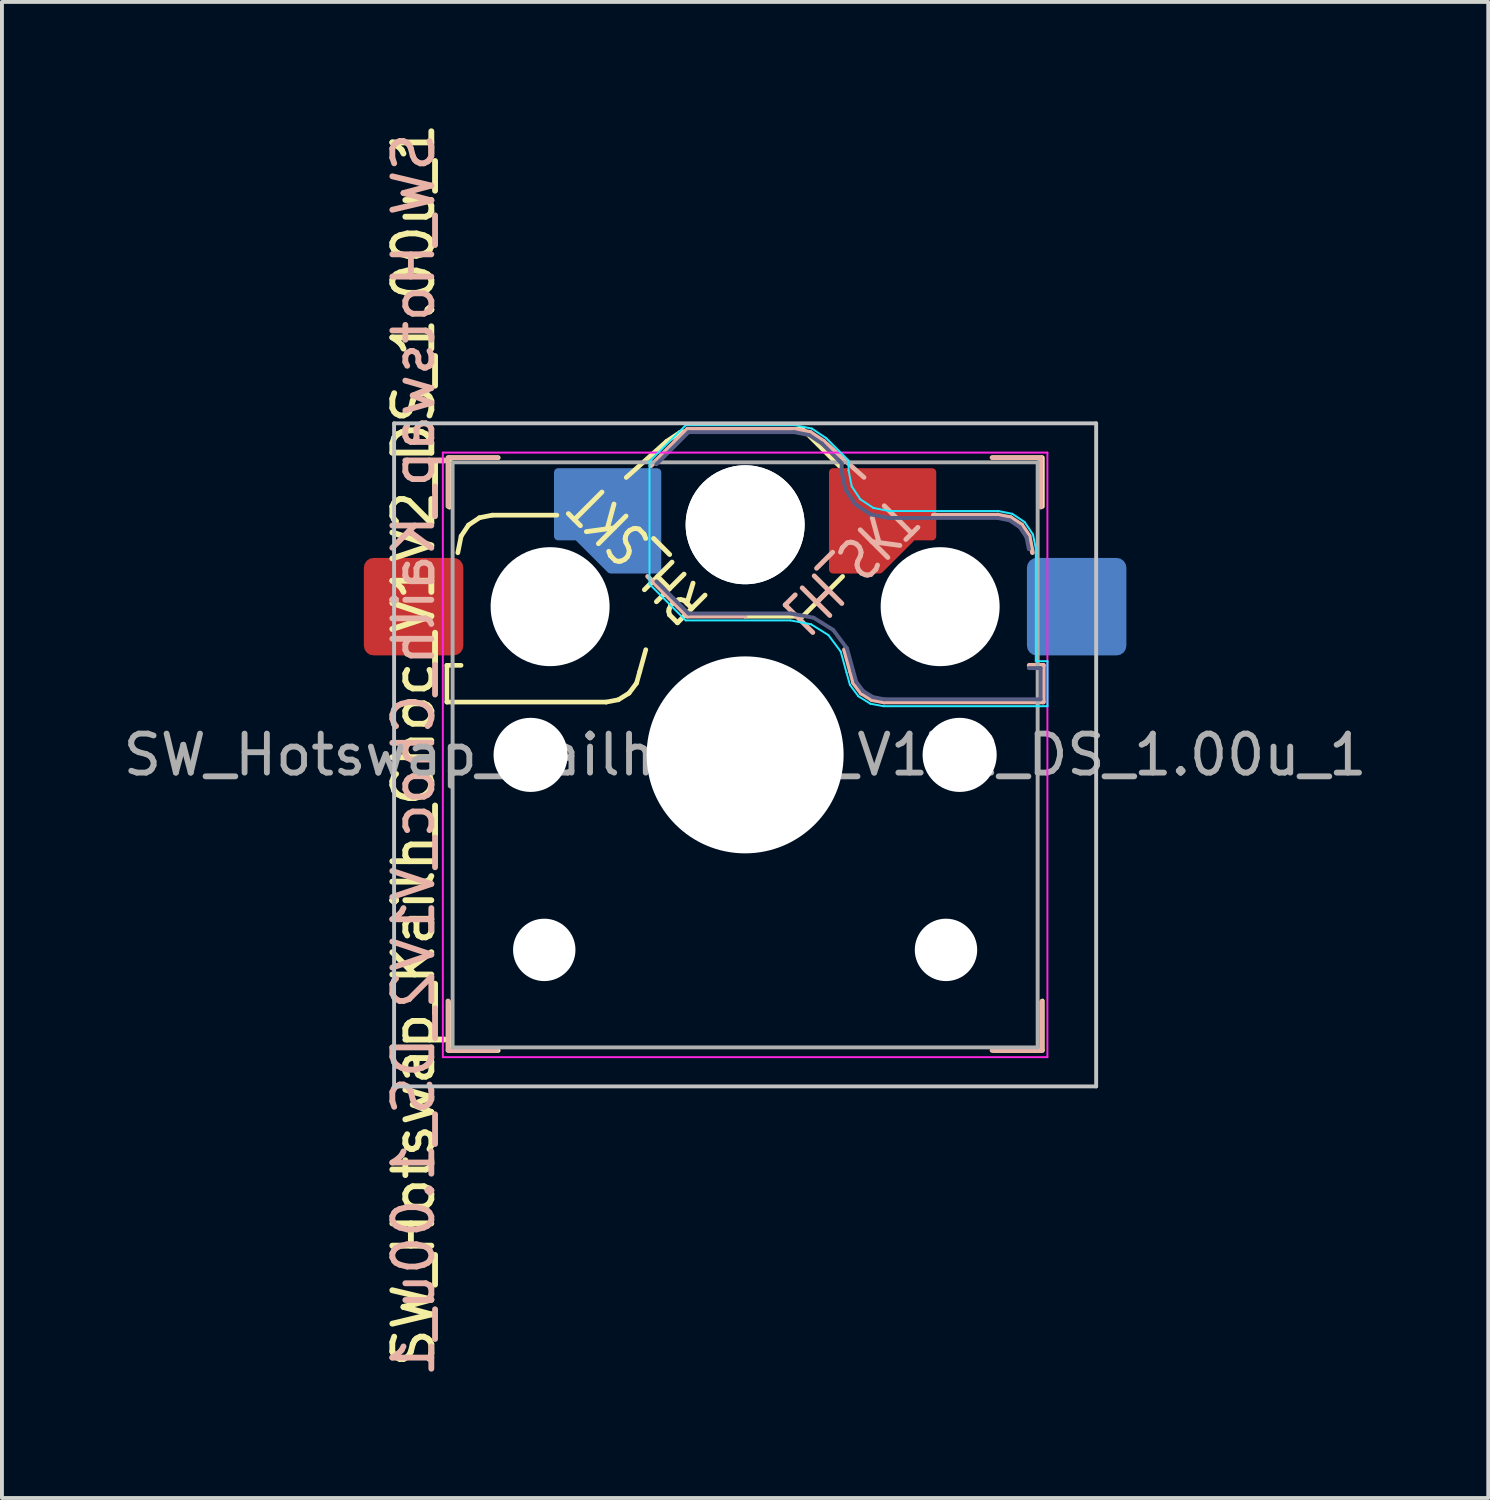
<source format=kicad_pcb>
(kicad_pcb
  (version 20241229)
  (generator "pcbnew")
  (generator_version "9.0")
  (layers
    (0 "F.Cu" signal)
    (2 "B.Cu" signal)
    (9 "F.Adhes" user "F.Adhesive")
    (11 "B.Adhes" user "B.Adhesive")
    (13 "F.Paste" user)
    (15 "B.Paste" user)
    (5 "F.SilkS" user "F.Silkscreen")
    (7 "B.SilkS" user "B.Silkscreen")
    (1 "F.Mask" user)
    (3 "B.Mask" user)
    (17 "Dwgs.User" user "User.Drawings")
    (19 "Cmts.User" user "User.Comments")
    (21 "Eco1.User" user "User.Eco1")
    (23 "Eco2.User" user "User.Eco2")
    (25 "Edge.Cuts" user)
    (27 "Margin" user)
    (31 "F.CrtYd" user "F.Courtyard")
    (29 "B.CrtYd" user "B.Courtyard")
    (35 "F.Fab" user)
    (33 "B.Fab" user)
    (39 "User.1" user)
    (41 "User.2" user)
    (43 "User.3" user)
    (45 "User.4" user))
  (footprint "SW_Hotswap_Kailh_Choc_V1V2_DS_1.00u_1"
    (layer "F.Cu")
    (at 16.054 16.304)
    (property "Reference" "SW_Hotswap_Kailh_Choc_V1V2_DS_1.00u_1" (at -8.5 0 90) (unlocked yes) (layer "B.SilkS") (effects (font (size 1 1) (thickness 0.15)) (justify mirror)))
    (attr smd)
    (fp_line (start -7.646 -2.296) (end -7.646 -1.354) (stroke (width 0.12) (type solid)) (layer "F.SilkS"))
    (fp_line (start -7.646 -1.354) (end -3.56 -1.354) (stroke (width 0.12) (type solid)) (layer "F.SilkS"))
    (fp_line (start -7.6 6.33) (end -7.6 7.58) (stroke (width 0.12) (type solid)) (layer "F.SilkS"))
    (fp_line (start -7.58 -7.62) (end -7.58 -6.37) (stroke (width 0.12) (type solid)) (layer "F.SilkS"))
    (fp_line (start -7.58 -7.6) (end -7.58 -6.35) (stroke (width 0.12) (type solid)) (layer "F.SilkS"))
    (fp_line (start -7.58 7.58) (end -6.33 7.58) (stroke (width 0.12) (type solid)) (layer "F.SilkS"))
    (fp_line (start -7.283 -2.296) (end -7.646 -2.296) (stroke (width 0.12) (type solid)) (layer "F.SilkS"))
    (fp_line (start -7.281 -5.609) (end -7.366 -5.182) (stroke (width 0.12) (type solid)) (layer "F.SilkS"))
    (fp_line (start -7.092 -5.892) (end -7.281 -5.609) (stroke (width 0.12) (type solid)) (layer "F.SilkS"))
    (fp_line (start -6.809 -6.081) (end -7.092 -5.892) (stroke (width 0.12) (type solid)) (layer "F.SilkS"))
    (fp_line (start -6.482 -6.146) (end -6.809 -6.081) (stroke (width 0.12) (type solid)) (layer "F.SilkS"))
    (fp_line (start -6.33 -7.62) (end -7.58 -7.62) (stroke (width 0.12) (type solid)) (layer "F.SilkS"))
    (fp_line (start -4.826 -6.146) (end -6.482 -6.146) (stroke (width 0.12) (type solid)) (layer "F.SilkS"))
    (fp_line (start -3.56 -1.354) (end -3.25 -1.413) (stroke (width 0.12) (type solid)) (layer "F.SilkS"))
    (fp_line (start -3.25 -1.413) (end -2.976 -1.583) (stroke (width 0.12) (type solid)) (layer "F.SilkS"))
    (fp_line (start -2.976 -1.583) (end -2.783 -1.841) (stroke (width 0.12) (type solid)) (layer "F.SilkS"))
    (fp_line (start -2.783 -1.841) (end -2.701 -2.139) (stroke (width 0.12) (type solid)) (layer "F.SilkS"))
    (fp_line (start -2.701 -2.139) (end -2.547 -2.697) (stroke (width 0.12) (type solid)) (layer "F.SilkS"))
    (fp_line (start -2.013 -8.037) (end -3.048 -7.112) (stroke (width 0.12) (type solid)) (layer "F.SilkS"))
    (fp_line (start -1.671 -8.266) (end -2.013 -8.037) (stroke (width 0.12) (type solid)) (layer "F.SilkS"))
    (fp_line (start -1.268 -8.346) (end -1.671 -8.266) (stroke (width 0.12) (type solid)) (layer "F.SilkS"))
    (fp_line (start 0 -3.554) (end 1.479 -3.554) (stroke (width 0.12) (type solid)) (layer "F.SilkS"))
    (fp_line (start 1.479 -8.346) (end -1.268 -8.346) (stroke (width 0.12) (type solid)) (layer "F.SilkS"))
    (fp_line (start 1.479 -3.554) (end 2.5 -4.575) (stroke (width 0.12) (type solid)) (layer "F.SilkS"))
    (fp_line (start 2.416 -7.409) (end 1.479 -8.346) (stroke (width 0.12) (type solid)) (layer "F.SilkS"))
    (fp_line (start 6.37 7.58) (end 7.62 7.58) (stroke (width 0.12) (type solid)) (layer "F.SilkS"))
    (fp_line (start 7.6 -7.62) (end 6.35 -7.62) (stroke (width 0.12) (type solid)) (layer "F.SilkS"))
    (fp_line (start 7.62 -6.37) (end 7.62 -7.62) (stroke (width 0.12) (type solid)) (layer "F.SilkS"))
    (fp_line (start 7.62 7.56) (end 7.62 6.31) (stroke (width 0.12) (type solid)) (layer "F.SilkS"))
    (fp_line (start -7.62 -6.372) (end -7.62 -7.622) (stroke (width 0.12) (type solid)) (layer "B.SilkS"))
    (fp_line (start -7.62 7.558) (end -7.62 6.308) (stroke (width 0.12) (type solid)) (layer "B.SilkS"))
    (fp_line (start -7.6 -7.622) (end -6.35 -7.622) (stroke (width 0.12) (type solid)) (layer "B.SilkS"))
    (fp_line (start -6.37 7.578) (end -7.62 7.578) (stroke (width 0.12) (type solid)) (layer "B.SilkS"))
    (fp_line (start -2.416 -7.411) (end -1.479 -8.348) (stroke (width 0.12) (type solid)) (layer "B.SilkS"))
    (fp_line (start -1.479 -8.348) (end 1.268 -8.348) (stroke (width 0.12) (type solid)) (layer "B.SilkS"))
    (fp_line (start -1.479 -3.556) (end -2.5 -4.577) (stroke (width 0.12) (type solid)) (layer "B.SilkS"))
    (fp_line (start 0 -3.556) (end -1.479 -3.556) (stroke (width 0.12) (type solid)) (layer "B.SilkS"))
    (fp_line (start 1.268 -8.348) (end 1.671 -8.268) (stroke (width 0.12) (type solid)) (layer "B.SilkS"))
    (fp_line (start 1.671 -8.268) (end 2.013 -8.039) (stroke (width 0.12) (type solid)) (layer "B.SilkS"))
    (fp_line (start 2.013 -8.039) (end 3.048 -7.114) (stroke (width 0.12) (type solid)) (layer "B.SilkS"))
    (fp_line (start 2.701 -2.141) (end 2.547 -2.699) (stroke (width 0.12) (type solid)) (layer "B.SilkS"))
    (fp_line (start 2.783 -1.843) (end 2.701 -2.141) (stroke (width 0.12) (type solid)) (layer "B.SilkS"))
    (fp_line (start 2.976 -1.585) (end 2.783 -1.843) (stroke (width 0.12) (type solid)) (layer "B.SilkS"))
    (fp_line (start 3.25 -1.415) (end 2.976 -1.585) (stroke (width 0.12) (type solid)) (layer "B.SilkS"))
    (fp_line (start 3.56 -1.356) (end 3.25 -1.415) (stroke (width 0.12) (type solid)) (layer "B.SilkS"))
    (fp_line (start 4.826 -6.148) (end 6.482 -6.148) (stroke (width 0.12) (type solid)) (layer "B.SilkS"))
    (fp_line (start 6.33 -7.622) (end 7.58 -7.622) (stroke (width 0.12) (type solid)) (layer "B.SilkS"))
    (fp_line (start 6.482 -6.148) (end 6.809 -6.083) (stroke (width 0.12) (type solid)) (layer "B.SilkS"))
    (fp_line (start 6.809 -6.083) (end 7.092 -5.894) (stroke (width 0.12) (type solid)) (layer "B.SilkS"))
    (fp_line (start 7.092 -5.894) (end 7.281 -5.611) (stroke (width 0.12) (type solid)) (layer "B.SilkS"))
    (fp_line (start 7.281 -5.611) (end 7.366 -5.184) (stroke (width 0.12) (type solid)) (layer "B.SilkS"))
    (fp_line (start 7.283 -2.298) (end 7.646 -2.298) (stroke (width 0.12) (type solid)) (layer "B.SilkS"))
    (fp_line (start 7.58 -7.622) (end 7.58 -6.372) (stroke (width 0.12) (type solid)) (layer "B.SilkS"))
    (fp_line (start 7.58 -7.602) (end 7.58 -6.352) (stroke (width 0.12) (type solid)) (layer "B.SilkS"))
    (fp_line (start 7.58 7.578) (end 6.33 7.578) (stroke (width 0.12) (type solid)) (layer "B.SilkS"))
    (fp_line (start 7.6 6.328) (end 7.6 7.578) (stroke (width 0.12) (type solid)) (layer "B.SilkS"))
    (fp_line (start 7.646 -2.298) (end 7.646 -1.356) (stroke (width 0.12) (type solid)) (layer "B.SilkS"))
    (fp_line (start 7.646 -1.356) (end 3.56 -1.356) (stroke (width 0.12) (type solid)) (layer "B.SilkS"))
    (fp_line (start -9 -8.5) (end -9 8.5) (stroke (width 0.1) (type solid)) (layer "Dwgs.User"))
    (fp_line (start -9 8.5) (end 9 8.5) (stroke (width 0.1) (type solid)) (layer "Dwgs.User"))
    (fp_line (start 9 -8.5) (end -9 -8.5) (stroke (width 0.1) (type solid)) (layer "Dwgs.User"))
    (fp_line (start 9 8.5) (end 9 -8.5) (stroke (width 0.1) (type solid)) (layer "Dwgs.User"))
    (fp_line (start -7.25 -7.25) (end -7.25 7.25) (stroke (width 0.1) (type solid)) (layer "Eco1.User"))
    (fp_line (start -7.25 7.25) (end 7.25 7.25) (stroke (width 0.1) (type solid)) (layer "Eco1.User"))
    (fp_line (start 7.25 -7.25) (end -7.25 -7.25) (stroke (width 0.1) (type solid)) (layer "Eco1.User"))
    (fp_line (start 7.25 7.25) (end 7.25 -7.25) (stroke (width 0.1) (type solid)) (layer "Eco1.User"))
    (fp_line (start -2.452 -7.523) (end -1.523 -8.452) (stroke (width 0.05) (type solid)) (layer "B.CrtYd"))
    (fp_line (start -2.452 -4.377) (end -2.452 -7.523) (stroke (width 0.05) (type solid)) (layer "B.CrtYd"))
    (fp_line (start -1.523 -8.452) (end 1.278 -8.452) (stroke (width 0.05) (type solid)) (layer "B.CrtYd"))
    (fp_line (start -1.523 -3.448) (end -2.452 -4.377) (stroke (width 0.05) (type solid)) (layer "B.CrtYd"))
    (fp_line (start 1.159 -3.448) (end -1.523 -3.448) (stroke (width 0.05) (type solid)) (layer "B.CrtYd"))
    (fp_line (start 1.278 -8.452) (end 1.712 -8.366) (stroke (width 0.05) (type solid)) (layer "B.CrtYd"))
    (fp_line (start 1.691 -3.348) (end 1.159 -3.448) (stroke (width 0.05) (type solid)) (layer "B.CrtYd"))
    (fp_line (start 1.712 -8.366) (end 2.081 -8.119) (stroke (width 0.05) (type solid)) (layer "B.CrtYd"))
    (fp_line (start 2.081 -8.119) (end 2.652 -7.548) (stroke (width 0.05) (type solid)) (layer "B.CrtYd"))
    (fp_line (start 2.136 -3.071) (end 1.691 -3.348) (stroke (width 0.05) (type solid)) (layer "B.CrtYd"))
    (fp_line (start 2.45 -2.65) (end 2.136 -3.071) (stroke (width 0.05) (type solid)) (layer "B.CrtYd"))
    (fp_line (start 2.599 -2.111) (end 2.45 -2.65) (stroke (width 0.05) (type solid)) (layer "B.CrtYd"))
    (fp_line (start 2.652 -7.548) (end 2.652 -7.292) (stroke (width 0.05) (type solid)) (layer "B.CrtYd"))
    (fp_line (start 2.652 -7.292) (end 2.733 -6.885) (stroke (width 0.05) (type solid)) (layer "B.CrtYd"))
    (fp_line (start 2.687 -1.794) (end 2.599 -2.111) (stroke (width 0.05) (type solid)) (layer "B.CrtYd"))
    (fp_line (start 2.733 -6.885) (end 2.953 -6.553) (stroke (width 0.05) (type solid)) (layer "B.CrtYd"))
    (fp_line (start 2.903 -1.503) (end 2.687 -1.794) (stroke (width 0.05) (type solid)) (layer "B.CrtYd"))
    (fp_line (start 2.953 -6.553) (end 3.285 -6.333) (stroke (width 0.05) (type solid)) (layer "B.CrtYd"))
    (fp_line (start 3.211 -1.312) (end 2.903 -1.503) (stroke (width 0.05) (type solid)) (layer "B.CrtYd"))
    (fp_line (start 3.285 -6.333) (end 3.692 -6.252) (stroke (width 0.05) (type solid)) (layer "B.CrtYd"))
    (fp_line (start 3.55 -1.248) (end 3.211 -1.312) (stroke (width 0.05) (type solid)) (layer "B.CrtYd"))
    (fp_line (start 3.692 -6.252) (end 6.492 -6.252) (stroke (width 0.05) (type solid)) (layer "B.CrtYd"))
    (fp_line (start 6.492 -6.252) (end 6.85 -6.181) (stroke (width 0.05) (type solid)) (layer "B.CrtYd"))
    (fp_line (start 6.85 -6.181) (end 7.168 -5.968) (stroke (width 0.05) (type solid)) (layer "B.CrtYd"))
    (fp_line (start 7.168 -5.968) (end 7.381 -5.65) (stroke (width 0.05) (type solid)) (layer "B.CrtYd"))
    (fp_line (start 7.381 -5.65) (end 7.452 -5.292) (stroke (width 0.05) (type solid)) (layer "B.CrtYd"))
    (fp_line (start 7.452 -5.292) (end 7.452 -2.402) (stroke (width 0.05) (type solid)) (layer "B.CrtYd"))
    (fp_line (start 7.452 -2.402) (end 7.752 -2.402) (stroke (width 0.05) (type solid)) (layer "B.CrtYd"))
    (fp_line (start 7.752 -2.402) (end 7.752 -1.248) (stroke (width 0.05) (type solid)) (layer "B.CrtYd"))
    (fp_line (start 7.752 -1.248) (end 3.55 -1.248) (stroke (width 0.05) (type solid)) (layer "B.CrtYd"))
    (fp_line (start -7.75 -7.75) (end -7.75 7.75) (stroke (width 0.05) (type solid)) (layer "F.CrtYd"))
    (fp_line (start -7.75 7.75) (end 7.75 7.75) (stroke (width 0.05) (type solid)) (layer "F.CrtYd"))
    (fp_line (start 7.75 -7.75) (end -7.75 -7.75) (stroke (width 0.05) (type solid)) (layer "F.CrtYd"))
    (fp_line (start 7.75 7.75) (end 7.75 -7.75) (stroke (width 0.05) (type solid)) (layer "F.CrtYd"))
    (fp_line (start -2.275 -7.45) (end -1.45 -8.275) (stroke (width 0.1) (type solid)) (layer "B.Fab"))
    (fp_line (start -1.45 -8.275) (end 1.261 -8.275) (stroke (width 0.1) (type solid)) (layer "B.Fab"))
    (fp_line (start -1.45 -3.625) (end -2.275 -4.45) (stroke (width 0.1) (type solid)) (layer "B.Fab"))
    (fp_line (start 1.175 -3.625) (end -1.45 -3.625) (stroke (width 0.1) (type solid)) (layer "B.Fab"))
    (fp_line (start 1.261 -8.275) (end 1.643 -8.199) (stroke (width 0.1) (type solid)) (layer "B.Fab"))
    (fp_line (start 1.643 -8.199) (end 1.968 -7.982) (stroke (width 0.1) (type solid)) (layer "B.Fab"))
    (fp_line (start 1.756 -3.516) (end 1.175 -3.625) (stroke (width 0.1) (type solid)) (layer "B.Fab"))
    (fp_line (start 1.968 -7.982) (end 2.475 -7.475) (stroke (width 0.1) (type solid)) (layer "B.Fab"))
    (fp_line (start 2.258 -3.203) (end 1.756 -3.516) (stroke (width 0.1) (type solid)) (layer "B.Fab"))
    (fp_line (start 2.475 -7.475) (end 2.475 -7.275) (stroke (width 0.1) (type solid)) (layer "B.Fab"))
    (fp_line (start 2.475 -7.275) (end 2.566 -6.816) (stroke (width 0.1) (type solid)) (layer "B.Fab"))
    (fp_line (start 2.566 -6.816) (end 2.826 -6.426) (stroke (width 0.1) (type solid)) (layer "B.Fab"))
    (fp_line (start 2.612 -2.729) (end 2.258 -3.203) (stroke (width 0.1) (type solid)) (layer "B.Fab"))
    (fp_line (start 2.769 -2.158) (end 2.612 -2.729) (stroke (width 0.1) (type solid)) (layer "B.Fab"))
    (fp_line (start 2.826 -6.426) (end 3.216 -6.166) (stroke (width 0.1) (type solid)) (layer "B.Fab"))
    (fp_line (start 2.848 -1.873) (end 2.769 -2.158) (stroke (width 0.1) (type solid)) (layer "B.Fab"))
    (fp_line (start 3.025 -1.636) (end 2.848 -1.873) (stroke (width 0.1) (type solid)) (layer "B.Fab"))
    (fp_line (start 3.216 -6.166) (end 3.675 -6.075) (stroke (width 0.1) (type solid)) (layer "B.Fab"))
    (fp_line (start 3.276 -1.48) (end 3.025 -1.636) (stroke (width 0.1) (type solid)) (layer "B.Fab"))
    (fp_line (start 3.567 -1.425) (end 3.276 -1.48) (stroke (width 0.1) (type solid)) (layer "B.Fab"))
    (fp_line (start 3.675 -6.075) (end 6.475 -6.075) (stroke (width 0.1) (type solid)) (layer "B.Fab"))
    (fp_line (start 6.475 -6.075) (end 6.781 -6.014) (stroke (width 0.1) (type solid)) (layer "B.Fab"))
    (fp_line (start 6.781 -6.014) (end 7.041 -5.841) (stroke (width 0.1) (type solid)) (layer "B.Fab"))
    (fp_line (start 7.041 -5.841) (end 7.214 -5.581) (stroke (width 0.1) (type solid)) (layer "B.Fab"))
    (fp_line (start 7.214 -5.581) (end 7.275 -5.275) (stroke (width 0.1) (type solid)) (layer "B.Fab"))
    (fp_line (start 7.275 -2.225) (end 7.575 -2.225) (stroke (width 0.1) (type solid)) (layer "B.Fab"))
    (fp_line (start 7.575 -2.225) (end 7.575 -1.425) (stroke (width 0.1) (type solid)) (layer "B.Fab"))
    (fp_line (start 7.575 -1.425) (end 3.567 -1.425) (stroke (width 0.1) (type solid)) (layer "B.Fab"))
    (fp_line (start -7.5 -7.5) (end -7.5 7.5) (stroke (width 0.1) (type solid)) (layer "F.Fab"))
    (fp_line (start -7.5 7.5) (end 7.5 7.5) (stroke (width 0.1) (type solid)) (layer "F.Fab"))
    (fp_line (start 7.5 -7.5) (end -7.5 -7.5) (stroke (width 0.1) (type solid)) (layer "F.Fab"))
    (fp_line (start 7.5 7.5) (end 7.5 -7.5) (stroke (width 0.1) (type solid)) (layer "F.Fab"))
    (fp_text user "${REFERENCE}" (at -8.5 -0.25 90) (layer "F.SilkS") (effects (font (size 1 1) (thickness 0.15))))
    (fp_text user "RH_SKT" (at -0.75 -4 135) (unlocked yes) (layer "F.SilkS") (effects (font (size 1 0.762) (thickness 0.125)) (justify left bottom)))
    (fp_text user "LH_SKT" (at 0.75 -3.75 225) (unlocked yes) (layer "B.SilkS") (effects (font (size 1 0.762) (thickness 0.125)) (justify left bottom mirror)))
    (fp_text user "${REFERENCE}" (at 0 0 0) (layer "F.Fab") (effects (font (size 1 1) (thickness 0.15))))
    (pad "" np_thru_hole circle (at -5.5 0) (size 1.9 1.9) (drill 1.9) (layers "*.Cu" "*.Mask"))
    (pad "" np_thru_hole circle (at -5.15 5) (size 1.6 1.6) (drill 1.6) (layers "*.Cu" "*.Mask"))
    (pad "" np_thru_hole circle (at -5 -3.8) (size 3.05 3.05) (drill 3.05) (layers "*.Cu" "*.Mask"))
    (pad "" np_thru_hole circle (at 0 -5.9) (size 3.05 3.05) (drill 3.05) (layers "*.Cu" "*.Mask"))
    (pad "" np_thru_hole circle (at 0 -5.9) (size 3.05 3.05) (drill 3.05) (layers "*.Cu" "*.Mask"))
    (pad "" np_thru_hole circle (at 0 0) (size 5.05 5.05) (drill 5.05) (layers "*.Cu" "*.Mask"))
    (pad "" np_thru_hole circle (at 5 -3.8) (size 3.05 3.05) (drill 3.05) (layers "*.Cu" "*.Mask"))
    (pad "" np_thru_hole circle (at 5.15 5) (size 1.6 1.6) (drill 1.6) (layers "*.Cu" "*.Mask"))
    (pad "" np_thru_hole circle (at 5.5 0) (size 1.9 1.9) (drill 1.9) (layers "*.Cu" "*.Mask"))
    (pad "1" smd custom (at -3.5 -6) (size 1 1) (layers "B.Cu" "B.Mask" "B.Paste") (options (anchor rect)) (primitives (gr_poly (pts (xy 1.25 1.25) (xy 1.25 -1.25) (xy -1.3 -1.25) (xy -1.3 0.4) (xy -0.8 0.4) (xy -0.4 0.8) (xy 0.05 1.25)) (width 0.2) (fill yes))))
    (pad "1" smd custom (at 3.5 -6) (size 1 1) (layers "F.Cu" "F.Mask" "F.Paste") (options (anchor rect)) (primitives (gr_poly (pts (xy -1.25 1.25) (xy -1.25 -1.25) (xy 1.3 -1.25) (xy 1.3 0.4) (xy 0.8 0.4) (xy 0.4 0.8) (xy -0.05 1.25)) (width 0.2) (fill yes))))
    (pad "2" smd roundrect (at -8.5 -3.8) (size 2.55 2.5) (layers "F.Cu" "F.Mask" "F.Paste") (roundrect_rratio 0.1))
    (pad "2" smd roundrect (at 8.5 -3.8) (size 2.55 2.5) (layers "B.Cu" "B.Mask" "B.Paste") (roundrect_rratio 0.1)))
  (gr_rect
    (start -3 -3)
    (end 35.107 35.357)
    (stroke (width 0.1) (type default))
    (fill no)
    (layer "Edge.Cuts")))
</source>
